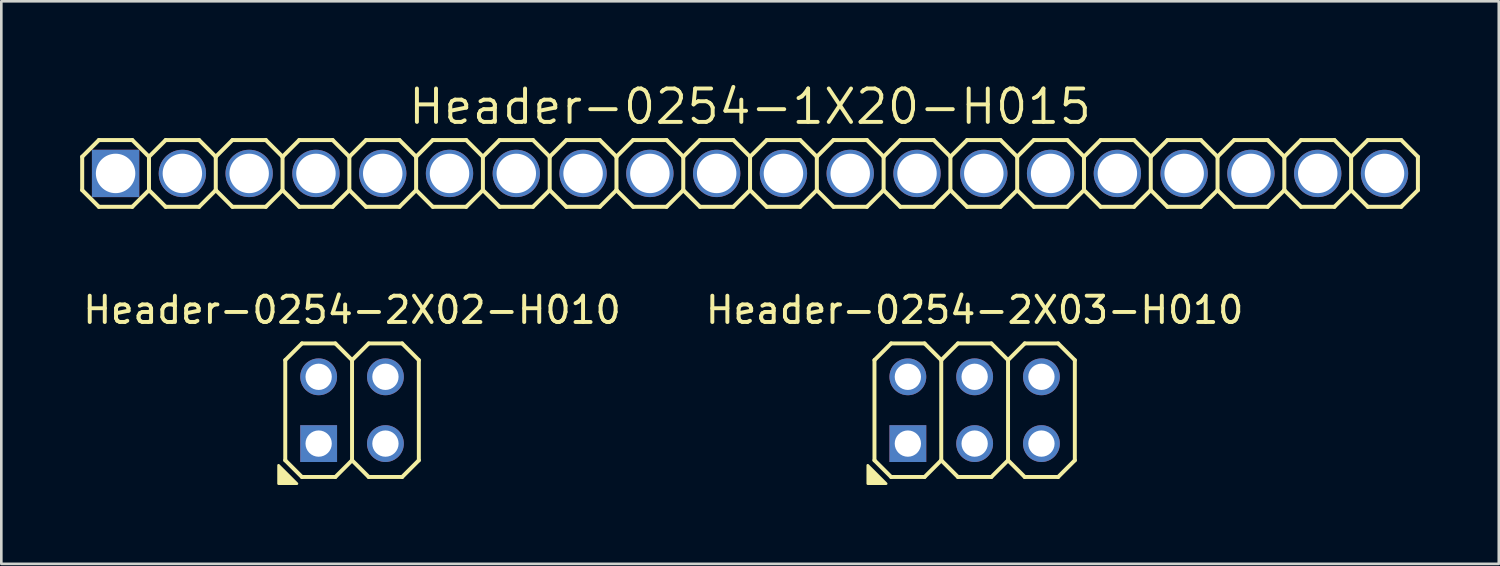
<source format=kicad_pcb>
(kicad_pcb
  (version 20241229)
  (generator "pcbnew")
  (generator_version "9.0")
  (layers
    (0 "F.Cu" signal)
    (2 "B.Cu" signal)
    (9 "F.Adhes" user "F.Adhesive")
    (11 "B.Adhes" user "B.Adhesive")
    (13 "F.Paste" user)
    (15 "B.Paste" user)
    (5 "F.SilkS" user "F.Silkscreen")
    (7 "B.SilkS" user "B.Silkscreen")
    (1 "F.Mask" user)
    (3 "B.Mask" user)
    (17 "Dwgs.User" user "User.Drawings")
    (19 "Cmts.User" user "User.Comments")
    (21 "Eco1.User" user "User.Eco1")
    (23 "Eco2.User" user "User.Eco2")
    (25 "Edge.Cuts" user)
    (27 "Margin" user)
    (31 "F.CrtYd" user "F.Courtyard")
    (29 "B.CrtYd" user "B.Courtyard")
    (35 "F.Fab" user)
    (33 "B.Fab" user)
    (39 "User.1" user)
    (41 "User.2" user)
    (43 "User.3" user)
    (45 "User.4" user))
  (footprint "Header-0254-2X02-H010"
    (layer "F.Cu")
    (at 10.339 12.551)
    (property "Reference" "Header-0254-2X02-H010" (at 0 -3.81 0) (layer "F.SilkS") (effects (font (size 1 1) (thickness 0.15))))
    (attr through_hole exclude_from_pos_files exclude_from_bom)
    (fp_line (start -2.54 -1.905) (end -1.905 -2.54) (stroke (width 0.15) (type solid)) (layer "F.SilkS"))
    (fp_line (start -2.54 1.905) (end -2.54 -1.905) (stroke (width 0.15) (type solid)) (layer "F.SilkS"))
    (fp_line (start -2.54 1.905) (end -1.905 2.54) (stroke (width 0.15) (type solid)) (layer "F.SilkS"))
    (fp_line (start -1.905 -2.54) (end -0.635 -2.54) (stroke (width 0.15) (type solid)) (layer "F.SilkS"))
    (fp_line (start -1.905 2.54) (end -0.635 2.54) (stroke (width 0.15) (type solid)) (layer "F.SilkS"))
    (fp_line (start -0.635 -2.54) (end 0 -1.905) (stroke (width 0.15) (type solid)) (layer "F.SilkS"))
    (fp_line (start -0.635 2.54) (end 0 1.905) (stroke (width 0.15) (type solid)) (layer "F.SilkS"))
    (fp_line (start 0 -1.905) (end 0 1.905) (stroke (width 0.15) (type solid)) (layer "F.SilkS"))
    (fp_line (start 0 -1.905) (end 0.635 -2.54) (stroke (width 0.15) (type solid)) (layer "F.SilkS"))
    (fp_line (start 0 1.905) (end 0.635 2.54) (stroke (width 0.15) (type solid)) (layer "F.SilkS"))
    (fp_line (start 0.635 -2.54) (end 1.905 -2.54) (stroke (width 0.15) (type solid)) (layer "F.SilkS"))
    (fp_line (start 0.635 2.54) (end 1.905 2.54) (stroke (width 0.15) (type solid)) (layer "F.SilkS"))
    (fp_line (start 1.905 -2.54) (end 2.54 -1.905) (stroke (width 0.15) (type solid)) (layer "F.SilkS"))
    (fp_line (start 1.905 2.54) (end 2.54 1.905) (stroke (width 0.15) (type solid)) (layer "F.SilkS"))
    (fp_line (start 2.54 -1.905) (end 2.54 1.905) (stroke (width 0.15) (type solid)) (layer "F.SilkS"))
    (fp_poly (pts (xy -2.794 2.095) (xy -2.794 2.794) (xy -2.095 2.794)) (stroke (width 0.1) (type solid)) (fill yes) (layer "F.SilkS"))
    (pad "1" thru_hole rect (at -1.27 1.27) (size 1.4 1.4) (drill 1) (layers "*.Cu" "*.Mask"))
    (pad "2" thru_hole circle (at -1.27 -1.27) (size 1.4 1.4) (drill 1) (layers "*.Cu" "*.Mask"))
    (pad "3" thru_hole circle (at 1.27 1.27) (size 1.4 1.4) (drill 1) (layers "*.Cu" "*.Mask"))
    (pad "4" thru_hole circle (at 1.27 -1.27) (size 1.4 1.4) (drill 1) (layers "*.Cu" "*.Mask")))
  (footprint "Header-0254-2X03-H010"
    (layer "F.Cu")
    (at 34.018 12.551)
    (property "Reference" "Header-0254-2X03-H010" (at 0 -3.81 0) (layer "F.SilkS") (effects (font (size 1 1) (thickness 0.15))))
    (attr through_hole exclude_from_pos_files exclude_from_bom)
    (fp_line (start -3.81 -1.905) (end -3.175 -2.54) (stroke (width 0.15) (type solid)) (layer "F.SilkS"))
    (fp_line (start -3.81 1.905) (end -3.81 -1.905) (stroke (width 0.15) (type solid)) (layer "F.SilkS"))
    (fp_line (start -3.81 1.905) (end -3.175 2.54) (stroke (width 0.15) (type solid)) (layer "F.SilkS"))
    (fp_line (start -3.175 -2.54) (end -1.905 -2.54) (stroke (width 0.15) (type solid)) (layer "F.SilkS"))
    (fp_line (start -3.175 2.54) (end -1.905 2.54) (stroke (width 0.15) (type solid)) (layer "F.SilkS"))
    (fp_line (start -1.905 -2.54) (end -1.27 -1.905) (stroke (width 0.15) (type solid)) (layer "F.SilkS"))
    (fp_line (start -1.905 2.54) (end -1.27 1.905) (stroke (width 0.15) (type solid)) (layer "F.SilkS"))
    (fp_line (start -1.27 -1.905) (end -1.27 1.905) (stroke (width 0.15) (type solid)) (layer "F.SilkS"))
    (fp_line (start -1.27 -1.905) (end -0.635 -2.54) (stroke (width 0.15) (type solid)) (layer "F.SilkS"))
    (fp_line (start -1.27 1.905) (end -0.635 2.54) (stroke (width 0.15) (type solid)) (layer "F.SilkS"))
    (fp_line (start -0.635 -2.54) (end 0.635 -2.54) (stroke (width 0.15) (type solid)) (layer "F.SilkS"))
    (fp_line (start -0.635 2.54) (end 0.635 2.54) (stroke (width 0.15) (type solid)) (layer "F.SilkS"))
    (fp_line (start 0.635 -2.54) (end 1.27 -1.905) (stroke (width 0.15) (type solid)) (layer "F.SilkS"))
    (fp_line (start 0.635 2.54) (end 1.27 1.905) (stroke (width 0.15) (type solid)) (layer "F.SilkS"))
    (fp_line (start 1.27 -1.905) (end 1.27 1.905) (stroke (width 0.15) (type solid)) (layer "F.SilkS"))
    (fp_line (start 1.27 -1.905) (end 1.905 -2.54) (stroke (width 0.15) (type solid)) (layer "F.SilkS"))
    (fp_line (start 1.27 1.905) (end 1.905 2.54) (stroke (width 0.15) (type solid)) (layer "F.SilkS"))
    (fp_line (start 1.905 -2.54) (end 3.175 -2.54) (stroke (width 0.15) (type solid)) (layer "F.SilkS"))
    (fp_line (start 1.905 2.54) (end 3.175 2.54) (stroke (width 0.15) (type solid)) (layer "F.SilkS"))
    (fp_line (start 3.175 -2.54) (end 3.81 -1.905) (stroke (width 0.15) (type solid)) (layer "F.SilkS"))
    (fp_line (start 3.175 2.54) (end 3.81 1.905) (stroke (width 0.15) (type solid)) (layer "F.SilkS"))
    (fp_line (start 3.81 -1.905) (end 3.81 1.905) (stroke (width 0.15) (type solid)) (layer "F.SilkS"))
    (fp_poly (pts (xy -4.064 2.095) (xy -4.064 2.794) (xy -3.365 2.794)) (stroke (width 0.1) (type solid)) (fill yes) (layer "F.SilkS"))
    (pad "1" thru_hole rect (at -2.54 1.27) (size 1.4 1.4) (drill 1) (layers "*.Cu" "*.Mask"))
    (pad "2" thru_hole circle (at -2.54 -1.27) (size 1.4 1.4) (drill 1) (layers "*.Cu" "*.Mask"))
    (pad "3" thru_hole circle (at 0 1.27) (size 1.4 1.4) (drill 1) (layers "*.Cu" "*.Mask"))
    (pad "4" thru_hole circle (at 0 -1.27) (size 1.4 1.4) (drill 1) (layers "*.Cu" "*.Mask"))
    (pad "5" thru_hole circle (at 2.54 1.27) (size 1.4 1.4) (drill 1) (layers "*.Cu" "*.Mask"))
    (pad "6" thru_hole circle (at 2.54 -1.27) (size 1.4 1.4) (drill 1) (layers "*.Cu" "*.Mask")))
  (footprint "Header-0254-1X20-H015"
    (layer "F.Cu")
    (at 25.476 3.546)
    (property "Reference" "Header-0254-1X20-H015" (at 0 -2.54 0) (layer "F.SilkS") (effects (font (size 1.27 1.27) (thickness 0.15))))
    (attr exclude_from_pos_files exclude_from_bom)
    (fp_line (start -25.4 -0.635) (end -25.4 0.635) (stroke (width 0.152) (type solid)) (layer "F.SilkS"))
    (fp_line (start -25.4 0.635) (end -24.765 1.27) (stroke (width 0.152) (type solid)) (layer "F.SilkS"))
    (fp_line (start -24.765 -1.27) (end -25.4 -0.635) (stroke (width 0.152) (type solid)) (layer "F.SilkS"))
    (fp_line (start -24.765 -1.27) (end -23.495 -1.27) (stroke (width 0.152) (type solid)) (layer "F.SilkS"))
    (fp_line (start -23.495 -1.27) (end -22.86 -0.635) (stroke (width 0.152) (type solid)) (layer "F.SilkS"))
    (fp_line (start -23.495 1.27) (end -24.765 1.27) (stroke (width 0.152) (type solid)) (layer "F.SilkS"))
    (fp_line (start -22.86 -0.635) (end -22.86 0.635) (stroke (width 0.152) (type solid)) (layer "F.SilkS"))
    (fp_line (start -22.86 -0.635) (end -22.225 -1.27) (stroke (width 0.152) (type solid)) (layer "F.SilkS"))
    (fp_line (start -22.86 0.635) (end -23.495 1.27) (stroke (width 0.152) (type solid)) (layer "F.SilkS"))
    (fp_line (start -22.225 -1.27) (end -20.955 -1.27) (stroke (width 0.152) (type solid)) (layer "F.SilkS"))
    (fp_line (start -22.225 1.27) (end -22.86 0.635) (stroke (width 0.152) (type solid)) (layer "F.SilkS"))
    (fp_line (start -20.955 -1.27) (end -20.32 -0.635) (stroke (width 0.152) (type solid)) (layer "F.SilkS"))
    (fp_line (start -20.955 1.27) (end -22.225 1.27) (stroke (width 0.152) (type solid)) (layer "F.SilkS"))
    (fp_line (start -20.32 -0.635) (end -20.32 0.635) (stroke (width 0.152) (type solid)) (layer "F.SilkS"))
    (fp_line (start -20.32 -0.635) (end -19.685 -1.27) (stroke (width 0.152) (type solid)) (layer "F.SilkS"))
    (fp_line (start -20.32 0.635) (end -20.955 1.27) (stroke (width 0.152) (type solid)) (layer "F.SilkS"))
    (fp_line (start -19.685 -1.27) (end -18.415 -1.27) (stroke (width 0.152) (type solid)) (layer "F.SilkS"))
    (fp_line (start -19.685 1.27) (end -20.32 0.635) (stroke (width 0.152) (type solid)) (layer "F.SilkS"))
    (fp_line (start -18.415 -1.27) (end -17.78 -0.635) (stroke (width 0.152) (type solid)) (layer "F.SilkS"))
    (fp_line (start -18.415 1.27) (end -19.685 1.27) (stroke (width 0.152) (type solid)) (layer "F.SilkS"))
    (fp_line (start -17.78 -0.635) (end -17.78 0.635) (stroke (width 0.152) (type solid)) (layer "F.SilkS"))
    (fp_line (start -17.78 0.635) (end -18.415 1.27) (stroke (width 0.152) (type solid)) (layer "F.SilkS"))
    (fp_line (start -17.78 0.635) (end -17.145 1.27) (stroke (width 0.152) (type solid)) (layer "F.SilkS"))
    (fp_line (start -17.145 -1.27) (end -17.78 -0.635) (stroke (width 0.152) (type solid)) (layer "F.SilkS"))
    (fp_line (start -17.145 -1.27) (end -15.875 -1.27) (stroke (width 0.152) (type solid)) (layer "F.SilkS"))
    (fp_line (start -15.875 -1.27) (end -15.24 -0.635) (stroke (width 0.152) (type solid)) (layer "F.SilkS"))
    (fp_line (start -15.875 1.27) (end -17.145 1.27) (stroke (width 0.152) (type solid)) (layer "F.SilkS"))
    (fp_line (start -15.24 -0.635) (end -15.24 0.635) (stroke (width 0.152) (type solid)) (layer "F.SilkS"))
    (fp_line (start -15.24 -0.635) (end -14.605 -1.27) (stroke (width 0.152) (type solid)) (layer "F.SilkS"))
    (fp_line (start -15.24 0.635) (end -15.875 1.27) (stroke (width 0.152) (type solid)) (layer "F.SilkS"))
    (fp_line (start -14.605 -1.27) (end -13.335 -1.27) (stroke (width 0.152) (type solid)) (layer "F.SilkS"))
    (fp_line (start -14.605 1.27) (end -15.24 0.635) (stroke (width 0.152) (type solid)) (layer "F.SilkS"))
    (fp_line (start -13.335 -1.27) (end -12.7 -0.635) (stroke (width 0.152) (type solid)) (layer "F.SilkS"))
    (fp_line (start -13.335 1.27) (end -14.605 1.27) (stroke (width 0.152) (type solid)) (layer "F.SilkS"))
    (fp_line (start -12.7 -0.635) (end -12.7 0.635) (stroke (width 0.152) (type solid)) (layer "F.SilkS"))
    (fp_line (start -12.7 -0.635) (end -12.065 -1.27) (stroke (width 0.152) (type solid)) (layer "F.SilkS"))
    (fp_line (start -12.7 0.635) (end -13.335 1.27) (stroke (width 0.152) (type solid)) (layer "F.SilkS"))
    (fp_line (start -12.065 -1.27) (end -10.795 -1.27) (stroke (width 0.152) (type solid)) (layer "F.SilkS"))
    (fp_line (start -12.065 1.27) (end -12.7 0.635) (stroke (width 0.152) (type solid)) (layer "F.SilkS"))
    (fp_line (start -10.795 -1.27) (end -10.16 -0.635) (stroke (width 0.152) (type solid)) (layer "F.SilkS"))
    (fp_line (start -10.795 1.27) (end -12.065 1.27) (stroke (width 0.152) (type solid)) (layer "F.SilkS"))
    (fp_line (start -10.16 -0.635) (end -10.16 0.635) (stroke (width 0.152) (type solid)) (layer "F.SilkS"))
    (fp_line (start -10.16 0.635) (end -10.795 1.27) (stroke (width 0.152) (type solid)) (layer "F.SilkS"))
    (fp_line (start -10.16 0.635) (end -9.525 1.27) (stroke (width 0.152) (type solid)) (layer "F.SilkS"))
    (fp_line (start -9.525 -1.27) (end -10.16 -0.635) (stroke (width 0.152) (type solid)) (layer "F.SilkS"))
    (fp_line (start -9.525 -1.27) (end -8.255 -1.27) (stroke (width 0.152) (type solid)) (layer "F.SilkS"))
    (fp_line (start -8.255 -1.27) (end -7.62 -0.635) (stroke (width 0.152) (type solid)) (layer "F.SilkS"))
    (fp_line (start -8.255 1.27) (end -9.525 1.27) (stroke (width 0.152) (type solid)) (layer "F.SilkS"))
    (fp_line (start -7.62 -0.635) (end -7.62 0.635) (stroke (width 0.152) (type solid)) (layer "F.SilkS"))
    (fp_line (start -7.62 -0.635) (end -6.985 -1.27) (stroke (width 0.152) (type solid)) (layer "F.SilkS"))
    (fp_line (start -7.62 0.635) (end -8.255 1.27) (stroke (width 0.152) (type solid)) (layer "F.SilkS"))
    (fp_line (start -6.985 -1.27) (end -5.715 -1.27) (stroke (width 0.152) (type solid)) (layer "F.SilkS"))
    (fp_line (start -6.985 1.27) (end -7.62 0.635) (stroke (width 0.152) (type solid)) (layer "F.SilkS"))
    (fp_line (start -5.715 -1.27) (end -5.08 -0.635) (stroke (width 0.152) (type solid)) (layer "F.SilkS"))
    (fp_line (start -5.715 1.27) (end -6.985 1.27) (stroke (width 0.152) (type solid)) (layer "F.SilkS"))
    (fp_line (start -5.08 -0.635) (end -5.08 0.635) (stroke (width 0.152) (type solid)) (layer "F.SilkS"))
    (fp_line (start -5.08 -0.635) (end -4.445 -1.27) (stroke (width 0.152) (type solid)) (layer "F.SilkS"))
    (fp_line (start -5.08 0.635) (end -5.715 1.27) (stroke (width 0.152) (type solid)) (layer "F.SilkS"))
    (fp_line (start -4.445 -1.27) (end -3.175 -1.27) (stroke (width 0.152) (type solid)) (layer "F.SilkS"))
    (fp_line (start -4.445 1.27) (end -5.08 0.635) (stroke (width 0.152) (type solid)) (layer "F.SilkS"))
    (fp_line (start -3.175 -1.27) (end -2.54 -0.635) (stroke (width 0.152) (type solid)) (layer "F.SilkS"))
    (fp_line (start -3.175 1.27) (end -4.445 1.27) (stroke (width 0.152) (type solid)) (layer "F.SilkS"))
    (fp_line (start -2.54 -0.635) (end -2.54 0.635) (stroke (width 0.152) (type solid)) (layer "F.SilkS"))
    (fp_line (start -2.54 0.635) (end -3.175 1.27) (stroke (width 0.152) (type solid)) (layer "F.SilkS"))
    (fp_line (start -2.54 0.635) (end -1.905 1.27) (stroke (width 0.152) (type solid)) (layer "F.SilkS"))
    (fp_line (start -1.905 -1.27) (end -2.54 -0.635) (stroke (width 0.152) (type solid)) (layer "F.SilkS"))
    (fp_line (start -1.905 -1.27) (end -0.635 -1.27) (stroke (width 0.152) (type solid)) (layer "F.SilkS"))
    (fp_line (start -0.635 -1.27) (end 0 -0.635) (stroke (width 0.152) (type solid)) (layer "F.SilkS"))
    (fp_line (start -0.635 1.27) (end -1.905 1.27) (stroke (width 0.152) (type solid)) (layer "F.SilkS"))
    (fp_line (start 0 -0.635) (end 0 0.635) (stroke (width 0.152) (type solid)) (layer "F.SilkS"))
    (fp_line (start 0 -0.635) (end 0.635 -1.27) (stroke (width 0.152) (type solid)) (layer "F.SilkS"))
    (fp_line (start 0 0.635) (end -0.635 1.27) (stroke (width 0.152) (type solid)) (layer "F.SilkS"))
    (fp_line (start 0.635 -1.27) (end 1.905 -1.27) (stroke (width 0.152) (type solid)) (layer "F.SilkS"))
    (fp_line (start 0.635 1.27) (end 0 0.635) (stroke (width 0.152) (type solid)) (layer "F.SilkS"))
    (fp_line (start 1.905 -1.27) (end 2.54 -0.635) (stroke (width 0.152) (type solid)) (layer "F.SilkS"))
    (fp_line (start 1.905 1.27) (end 0.635 1.27) (stroke (width 0.152) (type solid)) (layer "F.SilkS"))
    (fp_line (start 2.54 -0.635) (end 2.54 0.635) (stroke (width 0.152) (type solid)) (layer "F.SilkS"))
    (fp_line (start 2.54 -0.635) (end 3.175 -1.27) (stroke (width 0.152) (type solid)) (layer "F.SilkS"))
    (fp_line (start 2.54 0.635) (end 1.905 1.27) (stroke (width 0.152) (type solid)) (layer "F.SilkS"))
    (fp_line (start 3.175 -1.27) (end 4.445 -1.27) (stroke (width 0.152) (type solid)) (layer "F.SilkS"))
    (fp_line (start 3.175 1.27) (end 2.54 0.635) (stroke (width 0.152) (type solid)) (layer "F.SilkS"))
    (fp_line (start 4.445 -1.27) (end 5.08 -0.635) (stroke (width 0.152) (type solid)) (layer "F.SilkS"))
    (fp_line (start 4.445 1.27) (end 3.175 1.27) (stroke (width 0.152) (type solid)) (layer "F.SilkS"))
    (fp_line (start 5.08 -0.635) (end 5.08 0.635) (stroke (width 0.152) (type solid)) (layer "F.SilkS"))
    (fp_line (start 5.08 0.635) (end 4.445 1.27) (stroke (width 0.152) (type solid)) (layer "F.SilkS"))
    (fp_line (start 5.08 0.635) (end 5.715 1.27) (stroke (width 0.152) (type solid)) (layer "F.SilkS"))
    (fp_line (start 5.715 -1.27) (end 5.08 -0.635) (stroke (width 0.152) (type solid)) (layer "F.SilkS"))
    (fp_line (start 5.715 -1.27) (end 6.985 -1.27) (stroke (width 0.152) (type solid)) (layer "F.SilkS"))
    (fp_line (start 6.985 -1.27) (end 7.62 -0.635) (stroke (width 0.152) (type solid)) (layer "F.SilkS"))
    (fp_line (start 6.985 1.27) (end 5.715 1.27) (stroke (width 0.152) (type solid)) (layer "F.SilkS"))
    (fp_line (start 7.62 -0.635) (end 7.62 0.635) (stroke (width 0.152) (type solid)) (layer "F.SilkS"))
    (fp_line (start 7.62 -0.635) (end 8.255 -1.27) (stroke (width 0.152) (type solid)) (layer "F.SilkS"))
    (fp_line (start 7.62 0.635) (end 6.985 1.27) (stroke (width 0.152) (type solid)) (layer "F.SilkS"))
    (fp_line (start 8.255 -1.27) (end 9.525 -1.27) (stroke (width 0.152) (type solid)) (layer "F.SilkS"))
    (fp_line (start 8.255 1.27) (end 7.62 0.635) (stroke (width 0.152) (type solid)) (layer "F.SilkS"))
    (fp_line (start 9.525 -1.27) (end 10.16 -0.635) (stroke (width 0.152) (type solid)) (layer "F.SilkS"))
    (fp_line (start 9.525 1.27) (end 8.255 1.27) (stroke (width 0.152) (type solid)) (layer "F.SilkS"))
    (fp_line (start 10.16 -0.635) (end 10.16 0.635) (stroke (width 0.152) (type solid)) (layer "F.SilkS"))
    (fp_line (start 10.16 -0.635) (end 10.795 -1.27) (stroke (width 0.152) (type solid)) (layer "F.SilkS"))
    (fp_line (start 10.16 0.635) (end 9.525 1.27) (stroke (width 0.152) (type solid)) (layer "F.SilkS"))
    (fp_line (start 10.795 -1.27) (end 12.065 -1.27) (stroke (width 0.152) (type solid)) (layer "F.SilkS"))
    (fp_line (start 10.795 1.27) (end 10.16 0.635) (stroke (width 0.152) (type solid)) (layer "F.SilkS"))
    (fp_line (start 12.065 -1.27) (end 12.7 -0.635) (stroke (width 0.152) (type solid)) (layer "F.SilkS"))
    (fp_line (start 12.065 1.27) (end 10.795 1.27) (stroke (width 0.152) (type solid)) (layer "F.SilkS"))
    (fp_line (start 12.7 -0.635) (end 12.7 0.635) (stroke (width 0.152) (type solid)) (layer "F.SilkS"))
    (fp_line (start 12.7 0.635) (end 12.065 1.27) (stroke (width 0.152) (type solid)) (layer "F.SilkS"))
    (fp_line (start 12.7 0.635) (end 13.335 1.27) (stroke (width 0.152) (type solid)) (layer "F.SilkS"))
    (fp_line (start 13.335 -1.27) (end 12.7 -0.635) (stroke (width 0.152) (type solid)) (layer "F.SilkS"))
    (fp_line (start 13.335 -1.27) (end 14.605 -1.27) (stroke (width 0.152) (type solid)) (layer "F.SilkS"))
    (fp_line (start 14.605 -1.27) (end 15.24 -0.635) (stroke (width 0.152) (type solid)) (layer "F.SilkS"))
    (fp_line (start 14.605 1.27) (end 13.335 1.27) (stroke (width 0.152) (type solid)) (layer "F.SilkS"))
    (fp_line (start 15.24 -0.635) (end 15.24 0.635) (stroke (width 0.152) (type solid)) (layer "F.SilkS"))
    (fp_line (start 15.24 -0.635) (end 15.875 -1.27) (stroke (width 0.152) (type solid)) (layer "F.SilkS"))
    (fp_line (start 15.24 0.635) (end 14.605 1.27) (stroke (width 0.152) (type solid)) (layer "F.SilkS"))
    (fp_line (start 15.875 -1.27) (end 17.145 -1.27) (stroke (width 0.152) (type solid)) (layer "F.SilkS"))
    (fp_line (start 15.875 1.27) (end 15.24 0.635) (stroke (width 0.152) (type solid)) (layer "F.SilkS"))
    (fp_line (start 17.145 -1.27) (end 17.78 -0.635) (stroke (width 0.152) (type solid)) (layer "F.SilkS"))
    (fp_line (start 17.145 1.27) (end 15.875 1.27) (stroke (width 0.152) (type solid)) (layer "F.SilkS"))
    (fp_line (start 17.78 -0.635) (end 17.78 0.635) (stroke (width 0.152) (type solid)) (layer "F.SilkS"))
    (fp_line (start 17.78 -0.635) (end 18.415 -1.27) (stroke (width 0.152) (type solid)) (layer "F.SilkS"))
    (fp_line (start 17.78 0.635) (end 17.145 1.27) (stroke (width 0.152) (type solid)) (layer "F.SilkS"))
    (fp_line (start 18.415 -1.27) (end 19.685 -1.27) (stroke (width 0.152) (type solid)) (layer "F.SilkS"))
    (fp_line (start 18.415 1.27) (end 17.78 0.635) (stroke (width 0.152) (type solid)) (layer "F.SilkS"))
    (fp_line (start 19.685 -1.27) (end 20.32 -0.635) (stroke (width 0.152) (type solid)) (layer "F.SilkS"))
    (fp_line (start 19.685 1.27) (end 18.415 1.27) (stroke (width 0.152) (type solid)) (layer "F.SilkS"))
    (fp_line (start 20.32 -0.635) (end 20.32 0.635) (stroke (width 0.152) (type solid)) (layer "F.SilkS"))
    (fp_line (start 20.32 0.635) (end 19.685 1.27) (stroke (width 0.152) (type solid)) (layer "F.SilkS"))
    (fp_line (start 20.32 0.635) (end 20.955 1.27) (stroke (width 0.152) (type solid)) (layer "F.SilkS"))
    (fp_line (start 20.955 -1.27) (end 20.32 -0.635) (stroke (width 0.152) (type solid)) (layer "F.SilkS"))
    (fp_line (start 20.955 -1.27) (end 22.225 -1.27) (stroke (width 0.152) (type solid)) (layer "F.SilkS"))
    (fp_line (start 22.225 -1.27) (end 22.86 -0.635) (stroke (width 0.152) (type solid)) (layer "F.SilkS"))
    (fp_line (start 22.225 1.27) (end 20.955 1.27) (stroke (width 0.152) (type solid)) (layer "F.SilkS"))
    (fp_line (start 22.86 -0.635) (end 22.86 0.635) (stroke (width 0.152) (type solid)) (layer "F.SilkS"))
    (fp_line (start 22.86 0.635) (end 22.225 1.27) (stroke (width 0.152) (type solid)) (layer "F.SilkS"))
    (fp_line (start 22.86 0.635) (end 23.495 1.27) (stroke (width 0.152) (type solid)) (layer "F.SilkS"))
    (fp_line (start 23.495 -1.27) (end 22.86 -0.635) (stroke (width 0.152) (type solid)) (layer "F.SilkS"))
    (fp_line (start 23.495 -1.27) (end 24.765 -1.27) (stroke (width 0.152) (type solid)) (layer "F.SilkS"))
    (fp_line (start 24.765 -1.27) (end 25.4 -0.635) (stroke (width 0.152) (type solid)) (layer "F.SilkS"))
    (fp_line (start 24.765 1.27) (end 23.495 1.27) (stroke (width 0.152) (type solid)) (layer "F.SilkS"))
    (fp_line (start 25.4 -0.635) (end 25.4 0.635) (stroke (width 0.152) (type solid)) (layer "F.SilkS"))
    (fp_line (start 25.4 0.635) (end 24.765 1.27) (stroke (width 0.152) (type solid)) (layer "F.SilkS"))
    (pad "1" thru_hole rect (at -24.13 0 180) (size 1.8 1.8) (drill 1.5) (layers "*.Cu" "*.Mask"))
    (pad "2" thru_hole circle (at -21.59 0 180) (size 1.8 1.8) (drill 1.5) (layers "*.Cu" "*.Mask"))
    (pad "3" thru_hole circle (at -19.05 0 180) (size 1.8 1.8) (drill 1.5) (layers "*.Cu" "*.Mask"))
    (pad "4" thru_hole circle (at -16.51 0 180) (size 1.8 1.8) (drill 1.5) (layers "*.Cu" "*.Mask"))
    (pad "5" thru_hole circle (at -13.97 0 180) (size 1.8 1.8) (drill 1.5) (layers "*.Cu" "*.Mask"))
    (pad "6" thru_hole circle (at -11.43 0 180) (size 1.8 1.8) (drill 1.5) (layers "*.Cu" "*.Mask"))
    (pad "7" thru_hole circle (at -8.89 0 180) (size 1.8 1.8) (drill 1.5) (layers "*.Cu" "*.Mask"))
    (pad "8" thru_hole circle (at -6.35 0 180) (size 1.8 1.8) (drill 1.5) (layers "*.Cu" "*.Mask"))
    (pad "9" thru_hole circle (at -3.81 0 180) (size 1.8 1.8) (drill 1.5) (layers "*.Cu" "*.Mask"))
    (pad "10" thru_hole circle (at -1.27 0 180) (size 1.8 1.8) (drill 1.5) (layers "*.Cu" "*.Mask"))
    (pad "11" thru_hole circle (at 1.27 0 180) (size 1.8 1.8) (drill 1.5) (layers "*.Cu" "*.Mask"))
    (pad "12" thru_hole circle (at 3.81 0 180) (size 1.8 1.8) (drill 1.5) (layers "*.Cu" "*.Mask"))
    (pad "13" thru_hole circle (at 6.35 0 180) (size 1.8 1.8) (drill 1.5) (layers "*.Cu" "*.Mask"))
    (pad "14" thru_hole circle (at 8.89 0 180) (size 1.8 1.8) (drill 1.5) (layers "*.Cu" "*.Mask"))
    (pad "15" thru_hole circle (at 11.43 0 180) (size 1.8 1.8) (drill 1.5) (layers "*.Cu" "*.Mask"))
    (pad "16" thru_hole circle (at 13.97 0 180) (size 1.8 1.8) (drill 1.5) (layers "*.Cu" "*.Mask"))
    (pad "17" thru_hole circle (at 16.51 0 180) (size 1.8 1.8) (drill 1.5) (layers "*.Cu" "*.Mask"))
    (pad "18" thru_hole circle (at 19.05 0 180) (size 1.8 1.8) (drill 1.5) (layers "*.Cu" "*.Mask"))
    (pad "19" thru_hole circle (at 21.59 0 180) (size 1.8 1.8) (drill 1.5) (layers "*.Cu" "*.Mask"))
    (pad "20" thru_hole circle (at 24.13 0 180) (size 1.8 1.8) (drill 1.5) (layers "*.Cu" "*.Mask")))
  (gr_rect
    (start -3 -3)
    (end 53.952 18.395)
    (stroke (width 0.1) (type default))
    (fill no)
    (layer "Edge.Cuts")))
</source>
